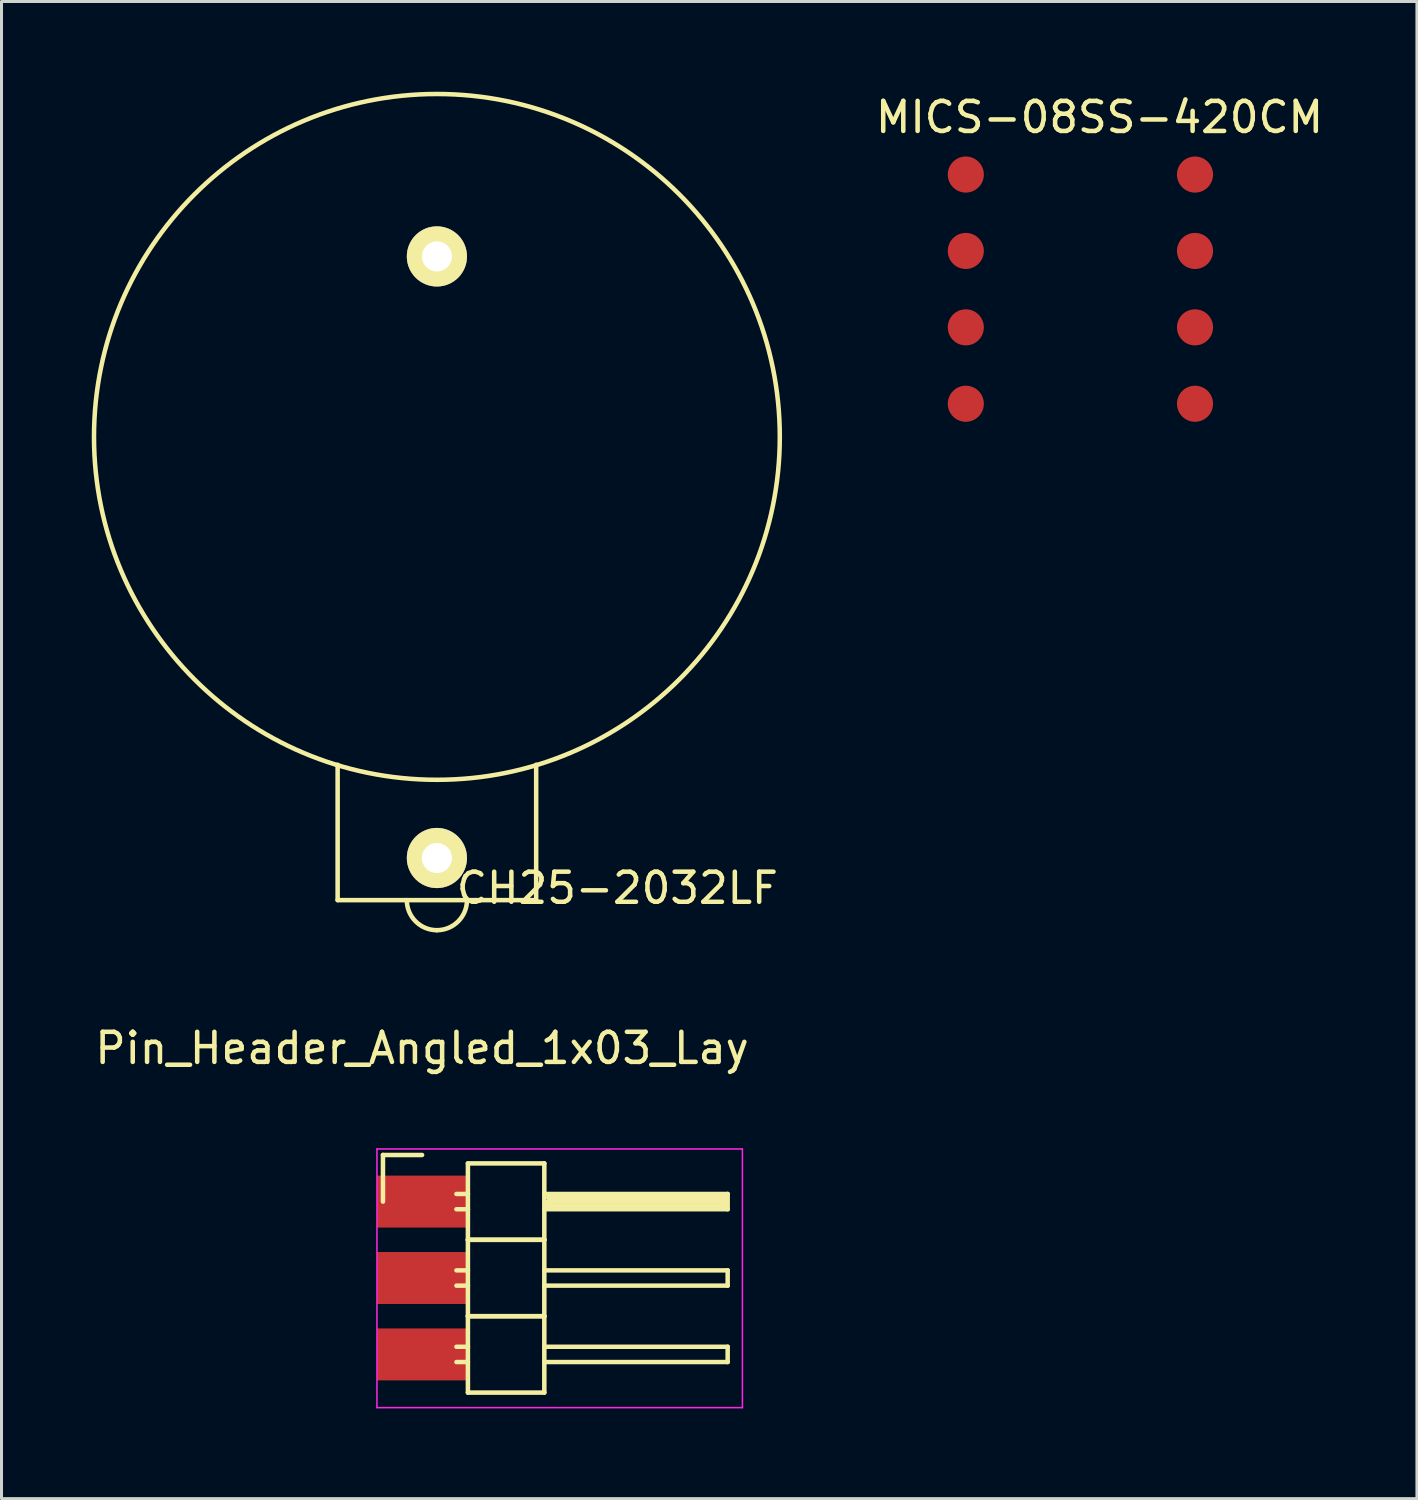
<source format=kicad_pcb>
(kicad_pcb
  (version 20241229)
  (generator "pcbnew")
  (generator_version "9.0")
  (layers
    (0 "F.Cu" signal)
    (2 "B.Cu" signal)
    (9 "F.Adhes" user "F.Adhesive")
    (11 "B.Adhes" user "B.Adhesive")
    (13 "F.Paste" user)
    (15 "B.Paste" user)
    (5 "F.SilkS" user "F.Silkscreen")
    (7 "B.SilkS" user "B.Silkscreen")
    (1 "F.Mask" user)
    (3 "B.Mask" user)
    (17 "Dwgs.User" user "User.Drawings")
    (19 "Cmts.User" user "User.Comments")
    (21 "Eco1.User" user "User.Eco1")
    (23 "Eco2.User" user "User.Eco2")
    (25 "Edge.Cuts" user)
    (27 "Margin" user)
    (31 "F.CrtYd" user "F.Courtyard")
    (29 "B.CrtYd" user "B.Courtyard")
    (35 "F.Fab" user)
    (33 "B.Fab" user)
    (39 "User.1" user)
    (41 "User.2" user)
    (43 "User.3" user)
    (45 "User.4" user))
  (footprint "Pin_Header_Angled_1x03_Lay"
    (layer "F.Cu")
    (at 10.982 36.898)
    (property "Reference" "Pin_Header_Angled_1x03_Lay" (at 0 -5.1 0) (layer "F.SilkS") (effects (font (size 1 1) (thickness 0.15))))
    (attr through_hole)
    (fp_line (start -1.3 -1.55) (end -1.3 0) (stroke (width 0.15) (type solid)) (layer "F.SilkS"))
    (fp_line (start 0 -1.55) (end -1.3 -1.55) (stroke (width 0.15) (type solid)) (layer "F.SilkS"))
    (fp_line (start 1.524 -1.27) (end 1.524 1.27) (stroke (width 0.15) (type solid)) (layer "F.SilkS"))
    (fp_line (start 1.524 -1.27) (end 4.064 -1.27) (stroke (width 0.15) (type solid)) (layer "F.SilkS"))
    (fp_line (start 1.524 -0.254) (end 1.143 -0.254) (stroke (width 0.15) (type solid)) (layer "F.SilkS"))
    (fp_line (start 1.524 0.254) (end 1.143 0.254) (stroke (width 0.15) (type solid)) (layer "F.SilkS"))
    (fp_line (start 1.524 1.27) (end 1.524 3.81) (stroke (width 0.15) (type solid)) (layer "F.SilkS"))
    (fp_line (start 1.524 1.27) (end 4.064 1.27) (stroke (width 0.15) (type solid)) (layer "F.SilkS"))
    (fp_line (start 1.524 1.27) (end 4.064 1.27) (stroke (width 0.15) (type solid)) (layer "F.SilkS"))
    (fp_line (start 1.524 2.286) (end 1.143 2.286) (stroke (width 0.15) (type solid)) (layer "F.SilkS"))
    (fp_line (start 1.524 2.794) (end 1.143 2.794) (stroke (width 0.15) (type solid)) (layer "F.SilkS"))
    (fp_line (start 1.524 3.81) (end 1.524 6.35) (stroke (width 0.15) (type solid)) (layer "F.SilkS"))
    (fp_line (start 1.524 3.81) (end 4.064 3.81) (stroke (width 0.15) (type solid)) (layer "F.SilkS"))
    (fp_line (start 1.524 3.81) (end 4.064 3.81) (stroke (width 0.15) (type solid)) (layer "F.SilkS"))
    (fp_line (start 1.524 4.826) (end 1.143 4.826) (stroke (width 0.15) (type solid)) (layer "F.SilkS"))
    (fp_line (start 1.524 5.334) (end 1.143 5.334) (stroke (width 0.15) (type solid)) (layer "F.SilkS"))
    (fp_line (start 1.524 6.35) (end 4.064 6.35) (stroke (width 0.15) (type solid)) (layer "F.SilkS"))
    (fp_line (start 4.064 -0.254) (end 10.16 -0.254) (stroke (width 0.15) (type solid)) (layer "F.SilkS"))
    (fp_line (start 4.064 1.27) (end 4.064 -1.27) (stroke (width 0.15) (type solid)) (layer "F.SilkS"))
    (fp_line (start 4.064 2.286) (end 10.16 2.286) (stroke (width 0.15) (type solid)) (layer "F.SilkS"))
    (fp_line (start 4.064 3.81) (end 4.064 1.27) (stroke (width 0.15) (type solid)) (layer "F.SilkS"))
    (fp_line (start 4.064 4.826) (end 10.16 4.826) (stroke (width 0.15) (type solid)) (layer "F.SilkS"))
    (fp_line (start 4.064 6.35) (end 4.064 3.81) (stroke (width 0.15) (type solid)) (layer "F.SilkS"))
    (fp_line (start 4.191 -0.127) (end 10.033 -0.127) (stroke (width 0.15) (type solid)) (layer "F.SilkS"))
    (fp_line (start 4.191 0) (end 10.033 0) (stroke (width 0.15) (type solid)) (layer "F.SilkS"))
    (fp_line (start 4.191 0.127) (end 4.191 0) (stroke (width 0.15) (type solid)) (layer "F.SilkS"))
    (fp_line (start 10.033 -0.127) (end 10.033 0.127) (stroke (width 0.15) (type solid)) (layer "F.SilkS"))
    (fp_line (start 10.033 0.127) (end 4.191 0.127) (stroke (width 0.15) (type solid)) (layer "F.SilkS"))
    (fp_line (start 10.16 -0.254) (end 10.16 0.254) (stroke (width 0.15) (type solid)) (layer "F.SilkS"))
    (fp_line (start 10.16 0.254) (end 4.064 0.254) (stroke (width 0.15) (type solid)) (layer "F.SilkS"))
    (fp_line (start 10.16 2.286) (end 10.16 2.794) (stroke (width 0.15) (type solid)) (layer "F.SilkS"))
    (fp_line (start 10.16 2.794) (end 4.064 2.794) (stroke (width 0.15) (type solid)) (layer "F.SilkS"))
    (fp_line (start 10.16 4.826) (end 10.16 5.334) (stroke (width 0.15) (type solid)) (layer "F.SilkS"))
    (fp_line (start 10.16 5.334) (end 4.064 5.334) (stroke (width 0.15) (type solid)) (layer "F.SilkS"))
    (fp_line (start -1.5 -1.75) (end -1.5 6.85) (stroke (width 0.05) (type solid)) (layer "F.CrtYd"))
    (fp_line (start -1.5 -1.75) (end 10.65 -1.75) (stroke (width 0.05) (type solid)) (layer "F.CrtYd"))
    (fp_line (start -1.5 6.85) (end 10.65 6.85) (stroke (width 0.05) (type solid)) (layer "F.CrtYd"))
    (fp_line (start 10.65 -1.75) (end 10.65 6.85) (stroke (width 0.05) (type solid)) (layer "F.CrtYd"))
    (pad "1" smd rect (at 0 0) (size 3 1.727) (layers "F.Cu" "F.Mask" "F.Paste"))
    (pad "2" smd rect (at 0 2.54) (size 3 1.727) (layers "F.Cu" "F.Mask" "F.Paste"))
    (pad "3" smd rect (at 0 5.08) (size 3 1.727) (layers "F.Cu" "F.Mask" "F.Paste")))
  (footprint "CH25-2032LF"
    (layer "F.Cu")
    (at 11.475 11.475)
    (property "Reference" "CH25-2032LF" (at 6 15 0) (layer "F.SilkS") (effects (font (size 1 1) (thickness 0.15))))
    (attr through_hole)
    (fp_line (start -3.3 15.4) (end -3.3 10.9) (stroke (width 0.15) (type solid)) (layer "F.SilkS"))
    (fp_line (start -3.3 15.4) (end 3.3 15.4) (stroke (width 0.15) (type solid)) (layer "F.SilkS"))
    (fp_line (start 3.3 15.4) (end 3.3 10.9) (stroke (width 0.15) (type solid)) (layer "F.SilkS"))
    (fp_arc (start 0 16.4) (mid -0.707107 16.107107) (end -1 15.4) (stroke (width 0.15) (type solid)) (layer "F.SilkS"))
    (fp_arc (start 1 15.4) (mid 0.707107 16.107107) (end 0 16.4) (stroke (width 0.15) (type solid)) (layer "F.SilkS"))
    (fp_circle (center 0 0) (end 11.4 0) (stroke (width 0.15) (type solid)) (fill no) (layer "F.SilkS"))
    (pad "1" thru_hole circle (at 0 14) (size 2 2) (drill 1) (layers "*.Cu" "*.Mask" "F.SilkS"))
    (pad "2" thru_hole circle (at 0 -6) (size 2 2) (drill 1) (layers "*.Cu" "*.Mask" "F.SilkS")))
  (footprint "MICS-08SS-420CM"
    (layer "F.Cu")
    (at 32.869 6.563)
    (property "Reference" "MICS-08SS-420CM" (at 0.635 -5.715 0) (layer "F.SilkS") (effects (font (size 1 1) (thickness 0.15))))
    (attr through_hole)
    (fp_line (start -5.08 -5.08) (end -5.08 5.08) (stroke (width 0.15) (type solid)) (layer "B.Paste"))
    (fp_line (start -5.08 5.08) (end 5.08 5.08) (stroke (width 0.15) (type solid)) (layer "B.Paste"))
    (fp_line (start 5.08 -5.08) (end -5.08 -5.08) (stroke (width 0.15) (type solid)) (layer "B.Paste"))
    (fp_line (start 5.08 5.08) (end 5.08 -5.08) (stroke (width 0.15) (type solid)) (layer "B.Paste"))
    (fp_arc (start 0 -3.81) (mid -0.898026 -4.181974) (end -1.27 -5.08) (stroke (width 0.15) (type solid)) (layer "B.Paste"))
    (fp_arc (start 1.27 -5.08) (mid 0.898026 -4.181974) (end 0 -3.81) (stroke (width 0.15) (type solid)) (layer "B.Paste"))
    (pad "1" smd circle (at -3.81 -3.81) (size 1.2 1.2) (layers "F.Cu" "F.Mask" "F.Paste"))
    (pad "2" smd circle (at -3.81 -1.27) (size 1.2 1.2) (layers "F.Cu" "F.Mask" "F.Paste"))
    (pad "3" smd circle (at -3.81 1.27) (size 1.2 1.2) (layers "F.Cu" "F.Mask" "F.Paste"))
    (pad "4" smd circle (at -3.81 3.81) (size 1.2 1.2) (layers "F.Cu" "F.Mask" "F.Paste"))
    (pad "5" smd circle (at 3.81 3.81) (size 1.2 1.2) (layers "F.Cu" "F.Mask" "F.Paste"))
    (pad "6" smd circle (at 3.81 1.27) (size 1.2 1.2) (layers "F.Cu" "F.Mask" "F.Paste"))
    (pad "7" smd circle (at 3.81 -1.27) (size 1.2 1.2) (layers "F.Cu" "F.Mask" "F.Paste"))
    (pad "8" smd circle (at 3.81 -3.81) (size 1.2 1.2) (layers "F.Cu" "F.Mask" "F.Paste")))
  (gr_rect
    (start -3 -3)
    (end 44.057 46.773)
    (stroke (width 0.1) (type default))
    (fill no)
    (layer "Edge.Cuts")))
</source>
